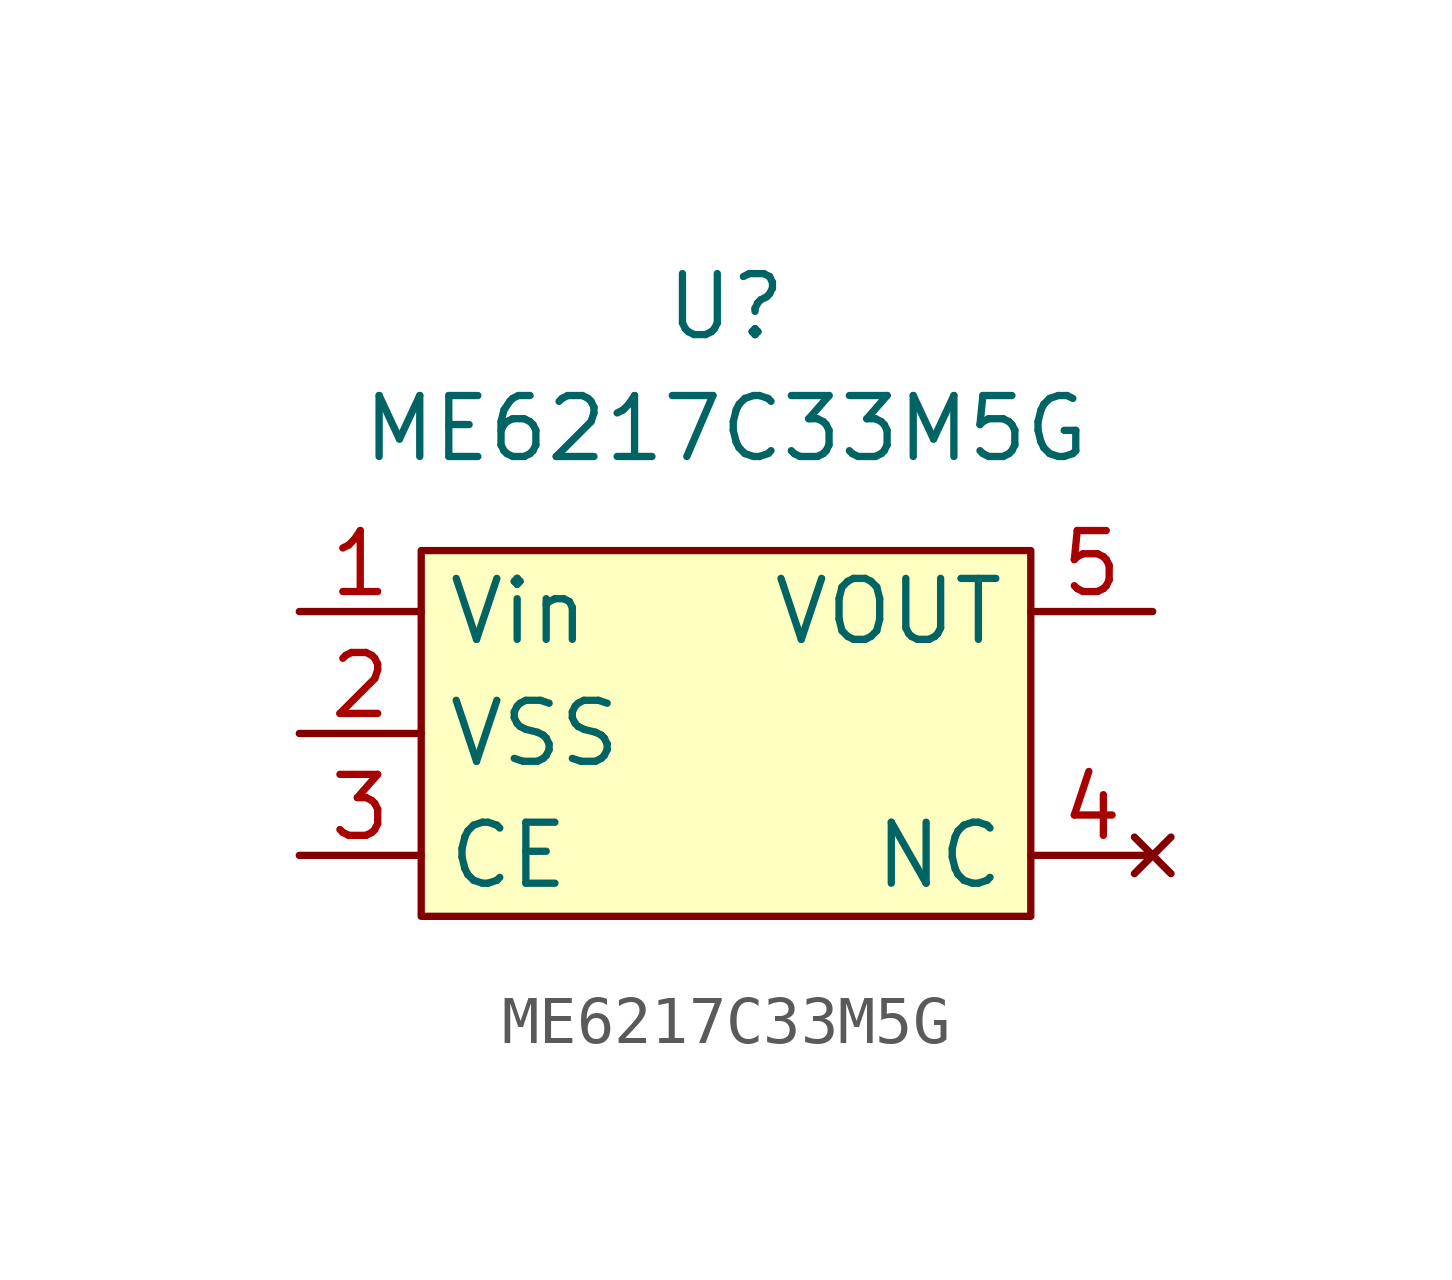
<source format=kicad_sym>
(kicad_symbol_lib
  (version 20211014)
  (generator kicad_symbol_editor)
  (symbol "ME6217C33M5G"
    (property "Reference" "U"
      (at 0 8.89 0)
      (effects (font (size 1.27 1.27))))
    (property "Value" "ME6217C33M5G"
      (at 0 6.35 0)
      (effects (font (size 1.27 1.27))))
    (symbol "ME6217C33M5G_0_1"
      (rectangle (start -6.35 3.81) (end 6.35 -3.81) (stroke (width 0) (type default) (color 0 0 0 0)) (fill (type background))))
    (symbol "ME6217C33M5G_1_1"
      (pin power_in line (at -8.89 2.54 0) (length 2.54) (name "Vin" (effects (font (size 1.27 1.27)))) (number "1" (effects (font (size 1.27 1.27)))))
      (pin power_in line (at -8.89 0 0) (length 2.54) (name "VSS" (effects (font (size 1.27 1.27)))) (number "2" (effects (font (size 1.27 1.27)))))
      (pin input line (at -8.89 -2.54 0) (length 2.54) (name "CE" (effects (font (size 1.27 1.27)))) (number "3" (effects (font (size 1.27 1.27)))))
      (pin no_connect line (at 8.89 -2.54 180) (length 2.54) (name "NC" (effects (font (size 1.27 1.27)))) (number "4" (effects (font (size 1.27 1.27)))))
      (pin input line (at 8.89 2.54 180) (length 2.54) (name "VOUT" (effects (font (size 1.27 1.27)))) (number "5" (effects (font (size 1.27 1.27))))))))
</source>
